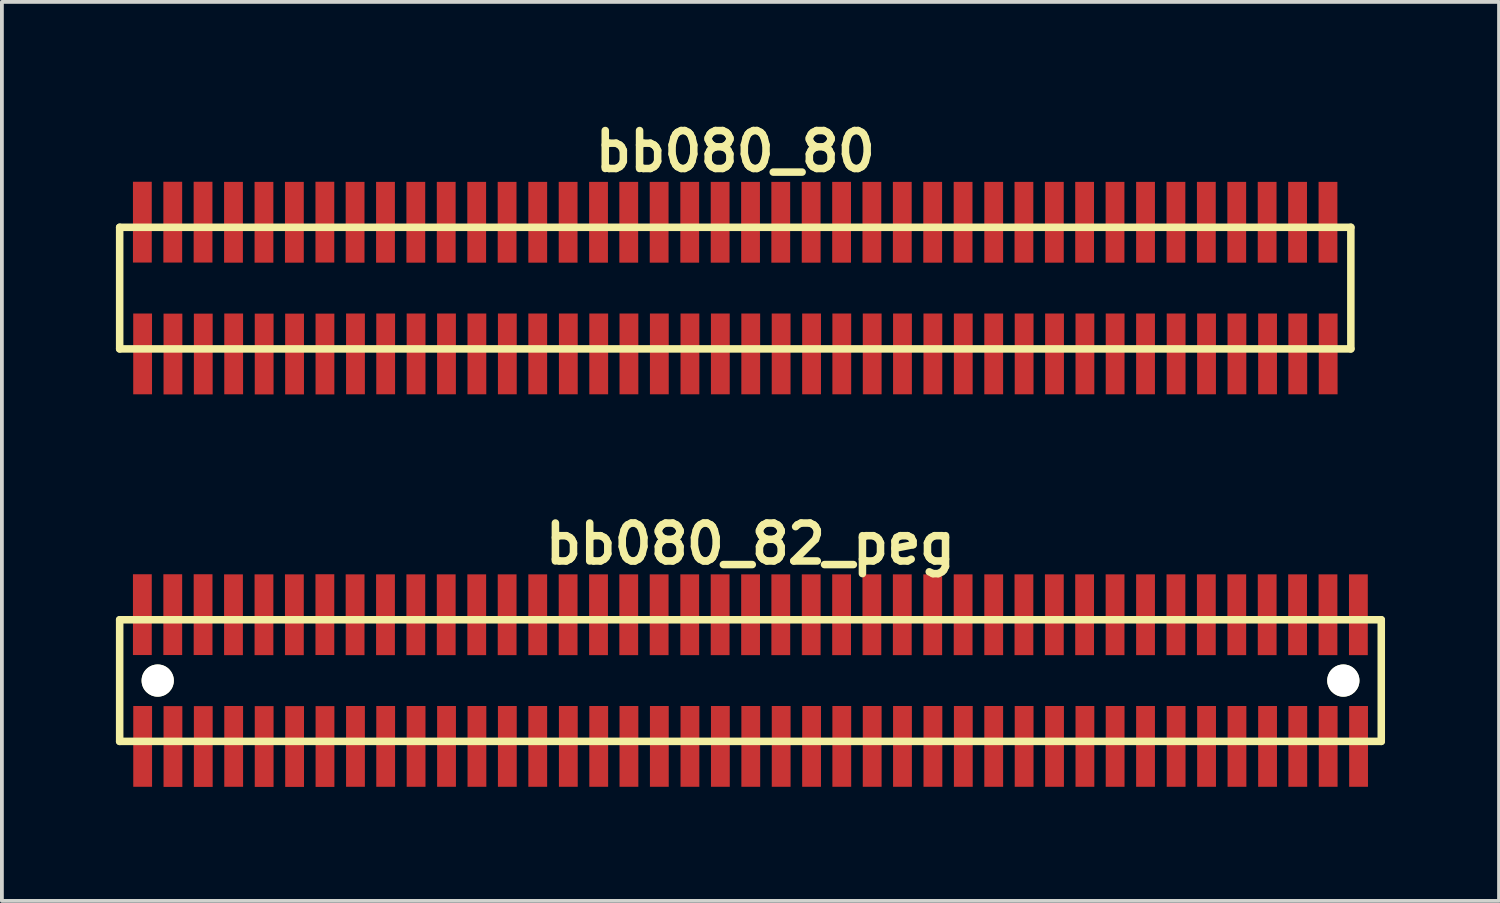
<source format=kicad_pcb>
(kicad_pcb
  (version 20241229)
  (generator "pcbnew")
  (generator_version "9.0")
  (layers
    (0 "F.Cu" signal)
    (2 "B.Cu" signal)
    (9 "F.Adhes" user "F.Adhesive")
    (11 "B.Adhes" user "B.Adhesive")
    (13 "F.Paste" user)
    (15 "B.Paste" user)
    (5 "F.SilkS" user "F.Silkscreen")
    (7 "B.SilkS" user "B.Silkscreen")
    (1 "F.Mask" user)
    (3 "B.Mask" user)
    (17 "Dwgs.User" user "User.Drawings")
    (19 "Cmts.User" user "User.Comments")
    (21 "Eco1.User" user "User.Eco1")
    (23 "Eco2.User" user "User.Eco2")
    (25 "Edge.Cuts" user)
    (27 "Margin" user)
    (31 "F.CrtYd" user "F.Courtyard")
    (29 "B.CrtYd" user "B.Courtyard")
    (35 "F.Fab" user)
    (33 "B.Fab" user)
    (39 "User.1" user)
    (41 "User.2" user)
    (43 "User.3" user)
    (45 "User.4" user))
  (footprint "bb080_80"
    (layer "F.Cu")
    (at 16.299 4.531)
    (property "Reference" "bb080_80" (at 0 -3.599 0) (layer "F.SilkS") (effects (font (size 0.998 0.998) (thickness 0.198))))
    (attr through_hole)
    (fp_line (start -16.2 -1.6) (end -16.2 1.6) (stroke (width 0.198) (type solid)) (layer "F.SilkS"))
    (fp_line (start -16.2 1.6) (end 16.198 1.6) (stroke (width 0.198) (type solid)) (layer "F.SilkS"))
    (fp_line (start 16.198 -1.6) (end -16.2 -1.6) (stroke (width 0.198) (type solid)) (layer "F.SilkS"))
    (fp_line (start 16.198 1.6) (end 16.198 -1.6) (stroke (width 0.198) (type solid)) (layer "F.SilkS"))
    (pad "1" smd rect (at -15.596 1.732) (size 0.495 2.126) (layers "F.Cu" "F.Mask" "F.Paste"))
    (pad "2" smd rect (at -15.603 -1.735) (size 0.495 2.126) (layers "F.Cu" "F.Mask" "F.Paste"))
    (pad "3" smd rect (at -14.798 1.735) (size 0.495 2.126) (layers "F.Cu" "F.Mask" "F.Paste"))
    (pad "4" smd rect (at -14.803 -1.735) (size 0.495 2.126) (layers "F.Cu" "F.Mask" "F.Paste"))
    (pad "5" smd rect (at -14 1.735) (size 0.495 2.126) (layers "F.Cu" "F.Mask" "F.Paste"))
    (pad "6" smd rect (at -14.006 -1.735) (size 0.495 2.126) (layers "F.Cu" "F.Mask" "F.Paste"))
    (pad "7" smd rect (at -13.2 1.732) (size 0.495 2.126) (layers "F.Cu" "F.Mask" "F.Paste"))
    (pad "8" smd rect (at -13.205 -1.732) (size 0.495 2.126) (layers "F.Cu" "F.Mask" "F.Paste"))
    (pad "9" smd rect (at -12.398 1.735) (size 0.495 2.126) (layers "F.Cu" "F.Mask" "F.Paste"))
    (pad "10" smd rect (at -12.403 -1.732) (size 0.495 2.126) (layers "F.Cu" "F.Mask" "F.Paste"))
    (pad "11" smd rect (at -11.598 1.735) (size 0.495 2.126) (layers "F.Cu" "F.Mask" "F.Paste"))
    (pad "12" smd rect (at -11.603 -1.732) (size 0.495 2.126) (layers "F.Cu" "F.Mask" "F.Paste"))
    (pad "13" smd rect (at -10.798 1.735) (size 0.495 2.126) (layers "F.Cu" "F.Mask" "F.Paste"))
    (pad "14" smd rect (at -10.8 -1.735) (size 0.495 2.126) (layers "F.Cu" "F.Mask" "F.Paste"))
    (pad "15" smd rect (at -9.995 1.732) (size 0.495 2.126) (layers "F.Cu" "F.Mask" "F.Paste"))
    (pad "16" smd rect (at -10.005 -1.732) (size 0.495 2.126) (layers "F.Cu" "F.Mask" "F.Paste"))
    (pad "17" smd rect (at -9.2 1.732) (size 0.495 2.126) (layers "F.Cu" "F.Mask" "F.Paste"))
    (pad "18" smd rect (at -9.205 -1.732) (size 0.495 2.126) (layers "F.Cu" "F.Mask" "F.Paste"))
    (pad "19" smd rect (at -8.4 1.732) (size 0.495 2.126) (layers "F.Cu" "F.Mask" "F.Paste"))
    (pad "20" smd rect (at -8.407 -1.732) (size 0.495 2.126) (layers "F.Cu" "F.Mask" "F.Paste"))
    (pad "21" smd rect (at -7.6 1.732) (size 0.495 2.126) (layers "F.Cu" "F.Mask" "F.Paste"))
    (pad "22" smd rect (at -7.607 -1.732) (size 0.495 2.126) (layers "F.Cu" "F.Mask" "F.Paste"))
    (pad "23" smd rect (at -6.8 1.732) (size 0.495 2.126) (layers "F.Cu" "F.Mask" "F.Paste"))
    (pad "24" smd rect (at -6.805 -1.732) (size 0.495 2.126) (layers "F.Cu" "F.Mask" "F.Paste"))
    (pad "25" smd rect (at -5.999 1.732) (size 0.495 2.126) (layers "F.Cu" "F.Mask" "F.Paste"))
    (pad "26" smd rect (at -6.005 -1.732) (size 0.495 2.126) (layers "F.Cu" "F.Mask" "F.Paste"))
    (pad "27" smd rect (at -5.199 1.732) (size 0.495 2.126) (layers "F.Cu" "F.Mask" "F.Paste"))
    (pad "28" smd rect (at -5.199 -1.732) (size 0.495 2.126) (layers "F.Cu" "F.Mask" "F.Paste"))
    (pad "29" smd rect (at -4.394 1.732) (size 0.495 2.126) (layers "F.Cu" "F.Mask" "F.Paste"))
    (pad "30" smd rect (at -4.399 -1.732) (size 0.495 2.126) (layers "F.Cu" "F.Mask" "F.Paste"))
    (pad "31" smd rect (at -3.594 1.732) (size 0.495 2.126) (layers "F.Cu" "F.Mask" "F.Paste"))
    (pad "32" smd rect (at -3.599 -1.732) (size 0.495 2.126) (layers "F.Cu" "F.Mask" "F.Paste"))
    (pad "33" smd rect (at -2.799 1.732) (size 0.495 2.126) (layers "F.Cu" "F.Mask" "F.Paste"))
    (pad "34" smd rect (at -2.804 -1.732) (size 0.495 2.126) (layers "F.Cu" "F.Mask" "F.Paste"))
    (pad "35" smd rect (at -1.999 1.732) (size 0.495 2.126) (layers "F.Cu" "F.Mask" "F.Paste"))
    (pad "36" smd rect (at -2.004 -1.732) (size 0.495 2.126) (layers "F.Cu" "F.Mask" "F.Paste"))
    (pad "37" smd rect (at -1.194 1.732) (size 0.495 2.126) (layers "F.Cu" "F.Mask" "F.Paste"))
    (pad "38" smd rect (at -1.199 -1.732) (size 0.495 2.126) (layers "F.Cu" "F.Mask" "F.Paste"))
    (pad "39" smd rect (at -0.394 1.732) (size 0.495 2.126) (layers "F.Cu" "F.Mask" "F.Paste"))
    (pad "40" smd rect (at -0.399 -1.732) (size 0.495 2.126) (layers "F.Cu" "F.Mask" "F.Paste"))
    (pad "41" smd rect (at 0.406 1.732) (size 0.495 2.126) (layers "F.Cu" "F.Mask" "F.Paste"))
    (pad "42" smd rect (at 0.401 -1.732) (size 0.495 2.126) (layers "F.Cu" "F.Mask" "F.Paste"))
    (pad "43" smd rect (at 1.206 1.732) (size 0.495 2.126) (layers "F.Cu" "F.Mask" "F.Paste"))
    (pad "44" smd rect (at 1.196 -1.732) (size 0.495 2.126) (layers "F.Cu" "F.Mask" "F.Paste"))
    (pad "45" smd rect (at 2.007 1.732) (size 0.495 2.126) (layers "F.Cu" "F.Mask" "F.Paste"))
    (pad "46" smd rect (at 1.996 -1.732) (size 0.495 2.126) (layers "F.Cu" "F.Mask" "F.Paste"))
    (pad "47" smd rect (at 2.802 1.732) (size 0.495 2.126) (layers "F.Cu" "F.Mask" "F.Paste"))
    (pad "48" smd rect (at 2.797 -1.732) (size 0.495 2.126) (layers "F.Cu" "F.Mask" "F.Paste"))
    (pad "49" smd rect (at 3.602 1.732) (size 0.495 2.126) (layers "F.Cu" "F.Mask" "F.Paste"))
    (pad "50" smd rect (at 3.594 -1.732) (size 0.495 2.126) (layers "F.Cu" "F.Mask" "F.Paste"))
    (pad "51" smd rect (at 4.399 1.732) (size 0.495 2.126) (layers "F.Cu" "F.Mask" "F.Paste"))
    (pad "52" smd rect (at 4.394 -1.732) (size 0.495 2.126) (layers "F.Cu" "F.Mask" "F.Paste"))
    (pad "53" smd rect (at 5.199 1.732) (size 0.495 2.126) (layers "F.Cu" "F.Mask" "F.Paste"))
    (pad "54" smd rect (at 5.194 -1.732) (size 0.495 2.126) (layers "F.Cu" "F.Mask" "F.Paste"))
    (pad "55" smd rect (at 5.999 1.732) (size 0.495 2.126) (layers "F.Cu" "F.Mask" "F.Paste"))
    (pad "56" smd rect (at 5.994 -1.732) (size 0.495 2.126) (layers "F.Cu" "F.Mask" "F.Paste"))
    (pad "57" smd rect (at 6.8 1.732) (size 0.495 2.126) (layers "F.Cu" "F.Mask" "F.Paste"))
    (pad "58" smd rect (at 6.8 -1.732) (size 0.495 2.126) (layers "F.Cu" "F.Mask" "F.Paste"))
    (pad "59" smd rect (at 7.6 1.732) (size 0.495 2.126) (layers "F.Cu" "F.Mask" "F.Paste"))
    (pad "60" smd rect (at 7.595 -1.732) (size 0.495 2.126) (layers "F.Cu" "F.Mask" "F.Paste"))
    (pad "61" smd rect (at 8.4 1.732) (size 0.495 2.126) (layers "F.Cu" "F.Mask" "F.Paste"))
    (pad "62" smd rect (at 8.395 -1.732) (size 0.495 2.126) (layers "F.Cu" "F.Mask" "F.Paste"))
    (pad "63" smd rect (at 9.2 1.732) (size 0.495 2.126) (layers "F.Cu" "F.Mask" "F.Paste"))
    (pad "64" smd rect (at 9.192 -1.732) (size 0.495 2.126) (layers "F.Cu" "F.Mask" "F.Paste"))
    (pad "65" smd rect (at 9.995 1.732) (size 0.495 2.126) (layers "F.Cu" "F.Mask" "F.Paste"))
    (pad "66" smd rect (at 9.992 -1.732) (size 0.495 2.126) (layers "F.Cu" "F.Mask" "F.Paste"))
    (pad "67" smd rect (at 10.795 1.732) (size 0.495 2.126) (layers "F.Cu" "F.Mask" "F.Paste"))
    (pad "68" smd rect (at 10.795 -1.732) (size 0.495 2.126) (layers "F.Cu" "F.Mask" "F.Paste"))
    (pad "69" smd rect (at 11.6 1.732) (size 0.495 2.126) (layers "F.Cu" "F.Mask" "F.Paste"))
    (pad "70" smd rect (at 11.595 -1.732) (size 0.495 2.126) (layers "F.Cu" "F.Mask" "F.Paste"))
    (pad "71" smd rect (at 12.4 1.732) (size 0.495 2.126) (layers "F.Cu" "F.Mask" "F.Paste"))
    (pad "72" smd rect (at 12.395 -1.732) (size 0.495 2.126) (layers "F.Cu" "F.Mask" "F.Paste"))
    (pad "73" smd rect (at 13.2 1.732) (size 0.495 2.126) (layers "F.Cu" "F.Mask" "F.Paste"))
    (pad "74" smd rect (at 13.195 -1.732) (size 0.495 2.126) (layers "F.Cu" "F.Mask" "F.Paste"))
    (pad "75" smd rect (at 14.006 1.732) (size 0.495 2.126) (layers "F.Cu" "F.Mask" "F.Paste"))
    (pad "76" smd rect (at 13.995 -1.732) (size 0.495 2.126) (layers "F.Cu" "F.Mask" "F.Paste"))
    (pad "77" smd rect (at 14.801 1.732) (size 0.495 2.126) (layers "F.Cu" "F.Mask" "F.Paste"))
    (pad "78" smd rect (at 14.796 -1.732) (size 0.495 2.126) (layers "F.Cu" "F.Mask" "F.Paste"))
    (pad "79" smd rect (at 15.601 1.732) (size 0.495 2.126) (layers "F.Cu" "F.Mask" "F.Paste"))
    (pad "80" smd rect (at 15.596 -1.732) (size 0.495 2.126) (layers "F.Cu" "F.Mask" "F.Paste")))
  (footprint "bb080_82_peg"
    (layer "F.Cu")
    (at 16.698 14.859)
    (property "Reference" "bb080_82_peg" (at 0 -3.599 0) (layer "F.SilkS") (effects (font (size 0.998 0.998) (thickness 0.198))))
    (attr through_hole)
    (fp_line (start -16.599 -1.6) (end -16.599 1.6) (stroke (width 0.198) (type solid)) (layer "F.SilkS"))
    (fp_line (start -16.599 1.6) (end 16.599 1.6) (stroke (width 0.198) (type solid)) (layer "F.SilkS"))
    (fp_line (start 16.599 -1.6) (end -16.599 -1.6) (stroke (width 0.198) (type solid)) (layer "F.SilkS"))
    (fp_line (start 16.599 1.6) (end 16.599 -1.6) (stroke (width 0.198) (type solid)) (layer "F.SilkS"))
    (pad "" np_thru_hole circle (at -15.598 0) (size 0.848 0.848) (drill 0.848) (layers "*.Cu" "*.Mask" "F.SilkS"))
    (pad "" np_thru_hole circle (at 15.601 0) (size 0.848 0.848) (drill 0.848) (layers "*.Cu" "*.Mask" "F.SilkS"))
    (pad "1" smd rect (at -15.994 1.732) (size 0.495 2.126) (layers "F.Cu" "F.Mask" "F.Paste"))
    (pad "2" smd rect (at -16.002 -1.735) (size 0.495 2.126) (layers "F.Cu" "F.Mask" "F.Paste"))
    (pad "3" smd rect (at -15.197 1.735) (size 0.495 2.126) (layers "F.Cu" "F.Mask" "F.Paste"))
    (pad "4" smd rect (at -15.202 -1.735) (size 0.495 2.126) (layers "F.Cu" "F.Mask" "F.Paste"))
    (pad "5" smd rect (at -14.399 1.735) (size 0.495 2.126) (layers "F.Cu" "F.Mask" "F.Paste"))
    (pad "6" smd rect (at -14.404 -1.735) (size 0.495 2.126) (layers "F.Cu" "F.Mask" "F.Paste"))
    (pad "7" smd rect (at -13.599 1.732) (size 0.495 2.126) (layers "F.Cu" "F.Mask" "F.Paste"))
    (pad "8" smd rect (at -13.604 -1.732) (size 0.495 2.126) (layers "F.Cu" "F.Mask" "F.Paste"))
    (pad "9" smd rect (at -12.797 1.735) (size 0.495 2.126) (layers "F.Cu" "F.Mask" "F.Paste"))
    (pad "10" smd rect (at -12.802 -1.732) (size 0.495 2.126) (layers "F.Cu" "F.Mask" "F.Paste"))
    (pad "11" smd rect (at -11.996 1.735) (size 0.495 2.126) (layers "F.Cu" "F.Mask" "F.Paste"))
    (pad "12" smd rect (at -12.002 -1.732) (size 0.495 2.126) (layers "F.Cu" "F.Mask" "F.Paste"))
    (pad "13" smd rect (at -11.196 1.735) (size 0.495 2.126) (layers "F.Cu" "F.Mask" "F.Paste"))
    (pad "14" smd rect (at -11.199 -1.735) (size 0.495 2.126) (layers "F.Cu" "F.Mask" "F.Paste"))
    (pad "15" smd rect (at -10.394 1.732) (size 0.495 2.126) (layers "F.Cu" "F.Mask" "F.Paste"))
    (pad "16" smd rect (at -10.404 -1.732) (size 0.495 2.126) (layers "F.Cu" "F.Mask" "F.Paste"))
    (pad "17" smd rect (at -9.599 1.732) (size 0.495 2.126) (layers "F.Cu" "F.Mask" "F.Paste"))
    (pad "18" smd rect (at -9.604 -1.732) (size 0.495 2.126) (layers "F.Cu" "F.Mask" "F.Paste"))
    (pad "19" smd rect (at -8.799 1.732) (size 0.495 2.126) (layers "F.Cu" "F.Mask" "F.Paste"))
    (pad "20" smd rect (at -8.806 -1.732) (size 0.495 2.126) (layers "F.Cu" "F.Mask" "F.Paste"))
    (pad "21" smd rect (at -7.998 1.732) (size 0.495 2.126) (layers "F.Cu" "F.Mask" "F.Paste"))
    (pad "22" smd rect (at -8.006 -1.732) (size 0.495 2.126) (layers "F.Cu" "F.Mask" "F.Paste"))
    (pad "23" smd rect (at -7.198 1.732) (size 0.495 2.126) (layers "F.Cu" "F.Mask" "F.Paste"))
    (pad "24" smd rect (at -7.203 -1.732) (size 0.495 2.126) (layers "F.Cu" "F.Mask" "F.Paste"))
    (pad "25" smd rect (at -6.398 1.732) (size 0.495 2.126) (layers "F.Cu" "F.Mask" "F.Paste"))
    (pad "26" smd rect (at -6.403 -1.732) (size 0.495 2.126) (layers "F.Cu" "F.Mask" "F.Paste"))
    (pad "27" smd rect (at -5.598 1.732) (size 0.495 2.126) (layers "F.Cu" "F.Mask" "F.Paste"))
    (pad "28" smd rect (at -5.598 -1.732) (size 0.495 2.126) (layers "F.Cu" "F.Mask" "F.Paste"))
    (pad "29" smd rect (at -4.793 1.732) (size 0.495 2.126) (layers "F.Cu" "F.Mask" "F.Paste"))
    (pad "30" smd rect (at -4.798 -1.732) (size 0.495 2.126) (layers "F.Cu" "F.Mask" "F.Paste"))
    (pad "31" smd rect (at -3.993 1.732) (size 0.495 2.126) (layers "F.Cu" "F.Mask" "F.Paste"))
    (pad "32" smd rect (at -3.998 -1.732) (size 0.495 2.126) (layers "F.Cu" "F.Mask" "F.Paste"))
    (pad "33" smd rect (at -3.198 1.732) (size 0.495 2.126) (layers "F.Cu" "F.Mask" "F.Paste"))
    (pad "34" smd rect (at -3.203 -1.732) (size 0.495 2.126) (layers "F.Cu" "F.Mask" "F.Paste"))
    (pad "35" smd rect (at -2.398 1.732) (size 0.495 2.126) (layers "F.Cu" "F.Mask" "F.Paste"))
    (pad "36" smd rect (at -2.403 -1.732) (size 0.495 2.126) (layers "F.Cu" "F.Mask" "F.Paste"))
    (pad "37" smd rect (at -1.593 1.732) (size 0.495 2.126) (layers "F.Cu" "F.Mask" "F.Paste"))
    (pad "38" smd rect (at -1.598 -1.732) (size 0.495 2.126) (layers "F.Cu" "F.Mask" "F.Paste"))
    (pad "39" smd rect (at -0.792 1.732) (size 0.495 2.126) (layers "F.Cu" "F.Mask" "F.Paste"))
    (pad "40" smd rect (at -0.798 -1.732) (size 0.495 2.126) (layers "F.Cu" "F.Mask" "F.Paste"))
    (pad "41" smd rect (at 0.008 1.732) (size 0.495 2.126) (layers "F.Cu" "F.Mask" "F.Paste"))
    (pad "42" smd rect (at 0.003 -1.732) (size 0.495 2.126) (layers "F.Cu" "F.Mask" "F.Paste"))
    (pad "43" smd rect (at 0.808 1.732) (size 0.495 2.126) (layers "F.Cu" "F.Mask" "F.Paste"))
    (pad "44" smd rect (at 0.798 -1.732) (size 0.495 2.126) (layers "F.Cu" "F.Mask" "F.Paste"))
    (pad "45" smd rect (at 1.608 1.732) (size 0.495 2.126) (layers "F.Cu" "F.Mask" "F.Paste"))
    (pad "46" smd rect (at 1.598 -1.732) (size 0.495 2.126) (layers "F.Cu" "F.Mask" "F.Paste"))
    (pad "47" smd rect (at 2.403 1.732) (size 0.495 2.126) (layers "F.Cu" "F.Mask" "F.Paste"))
    (pad "48" smd rect (at 2.398 -1.732) (size 0.495 2.126) (layers "F.Cu" "F.Mask" "F.Paste"))
    (pad "49" smd rect (at 3.203 1.732) (size 0.495 2.126) (layers "F.Cu" "F.Mask" "F.Paste"))
    (pad "50" smd rect (at 3.195 -1.732) (size 0.495 2.126) (layers "F.Cu" "F.Mask" "F.Paste"))
    (pad "51" smd rect (at 4 1.732) (size 0.495 2.126) (layers "F.Cu" "F.Mask" "F.Paste"))
    (pad "52" smd rect (at 3.995 -1.732) (size 0.495 2.126) (layers "F.Cu" "F.Mask" "F.Paste"))
    (pad "53" smd rect (at 4.801 1.732) (size 0.495 2.126) (layers "F.Cu" "F.Mask" "F.Paste"))
    (pad "54" smd rect (at 4.796 -1.732) (size 0.495 2.126) (layers "F.Cu" "F.Mask" "F.Paste"))
    (pad "55" smd rect (at 5.601 1.732) (size 0.495 2.126) (layers "F.Cu" "F.Mask" "F.Paste"))
    (pad "56" smd rect (at 5.596 -1.732) (size 0.495 2.126) (layers "F.Cu" "F.Mask" "F.Paste"))
    (pad "57" smd rect (at 6.401 1.732) (size 0.495 2.126) (layers "F.Cu" "F.Mask" "F.Paste"))
    (pad "58" smd rect (at 6.401 -1.732) (size 0.495 2.126) (layers "F.Cu" "F.Mask" "F.Paste"))
    (pad "59" smd rect (at 7.201 1.732) (size 0.495 2.126) (layers "F.Cu" "F.Mask" "F.Paste"))
    (pad "60" smd rect (at 7.196 -1.732) (size 0.495 2.126) (layers "F.Cu" "F.Mask" "F.Paste"))
    (pad "61" smd rect (at 8.001 1.732) (size 0.495 2.126) (layers "F.Cu" "F.Mask" "F.Paste"))
    (pad "62" smd rect (at 7.996 -1.732) (size 0.495 2.126) (layers "F.Cu" "F.Mask" "F.Paste"))
    (pad "63" smd rect (at 8.801 1.732) (size 0.495 2.126) (layers "F.Cu" "F.Mask" "F.Paste"))
    (pad "64" smd rect (at 8.793 -1.732) (size 0.495 2.126) (layers "F.Cu" "F.Mask" "F.Paste"))
    (pad "65" smd rect (at 9.596 1.732) (size 0.495 2.126) (layers "F.Cu" "F.Mask" "F.Paste"))
    (pad "66" smd rect (at 9.594 -1.732) (size 0.495 2.126) (layers "F.Cu" "F.Mask" "F.Paste"))
    (pad "67" smd rect (at 10.396 1.732) (size 0.495 2.126) (layers "F.Cu" "F.Mask" "F.Paste"))
    (pad "68" smd rect (at 10.396 -1.732) (size 0.495 2.126) (layers "F.Cu" "F.Mask" "F.Paste"))
    (pad "69" smd rect (at 11.201 1.732) (size 0.495 2.126) (layers "F.Cu" "F.Mask" "F.Paste"))
    (pad "70" smd rect (at 11.196 -1.732) (size 0.495 2.126) (layers "F.Cu" "F.Mask" "F.Paste"))
    (pad "71" smd rect (at 12.002 1.732) (size 0.495 2.126) (layers "F.Cu" "F.Mask" "F.Paste"))
    (pad "72" smd rect (at 11.996 -1.732) (size 0.495 2.126) (layers "F.Cu" "F.Mask" "F.Paste"))
    (pad "73" smd rect (at 12.802 1.732) (size 0.495 2.126) (layers "F.Cu" "F.Mask" "F.Paste"))
    (pad "74" smd rect (at 12.797 -1.732) (size 0.495 2.126) (layers "F.Cu" "F.Mask" "F.Paste"))
    (pad "75" smd rect (at 13.607 1.732) (size 0.495 2.126) (layers "F.Cu" "F.Mask" "F.Paste"))
    (pad "76" smd rect (at 13.597 -1.732) (size 0.495 2.126) (layers "F.Cu" "F.Mask" "F.Paste"))
    (pad "77" smd rect (at 14.402 1.732) (size 0.495 2.126) (layers "F.Cu" "F.Mask" "F.Paste"))
    (pad "78" smd rect (at 14.397 -1.732) (size 0.495 2.126) (layers "F.Cu" "F.Mask" "F.Paste"))
    (pad "79" smd rect (at 15.202 1.732) (size 0.495 2.126) (layers "F.Cu" "F.Mask" "F.Paste"))
    (pad "80" smd rect (at 15.197 -1.732) (size 0.495 2.126) (layers "F.Cu" "F.Mask" "F.Paste"))
    (pad "81" smd rect (at 16.002 1.732) (size 0.495 2.126) (layers "F.Cu" "F.Mask" "F.Paste"))
    (pad "82" smd rect (at 15.997 -1.732) (size 0.495 2.126) (layers "F.Cu" "F.Mask" "F.Paste")))
  (gr_rect
    (start -3 -3)
    (end 36.396 20.657)
    (stroke (width 0.1) (type default))
    (fill no)
    (layer "Edge.Cuts")))
</source>
